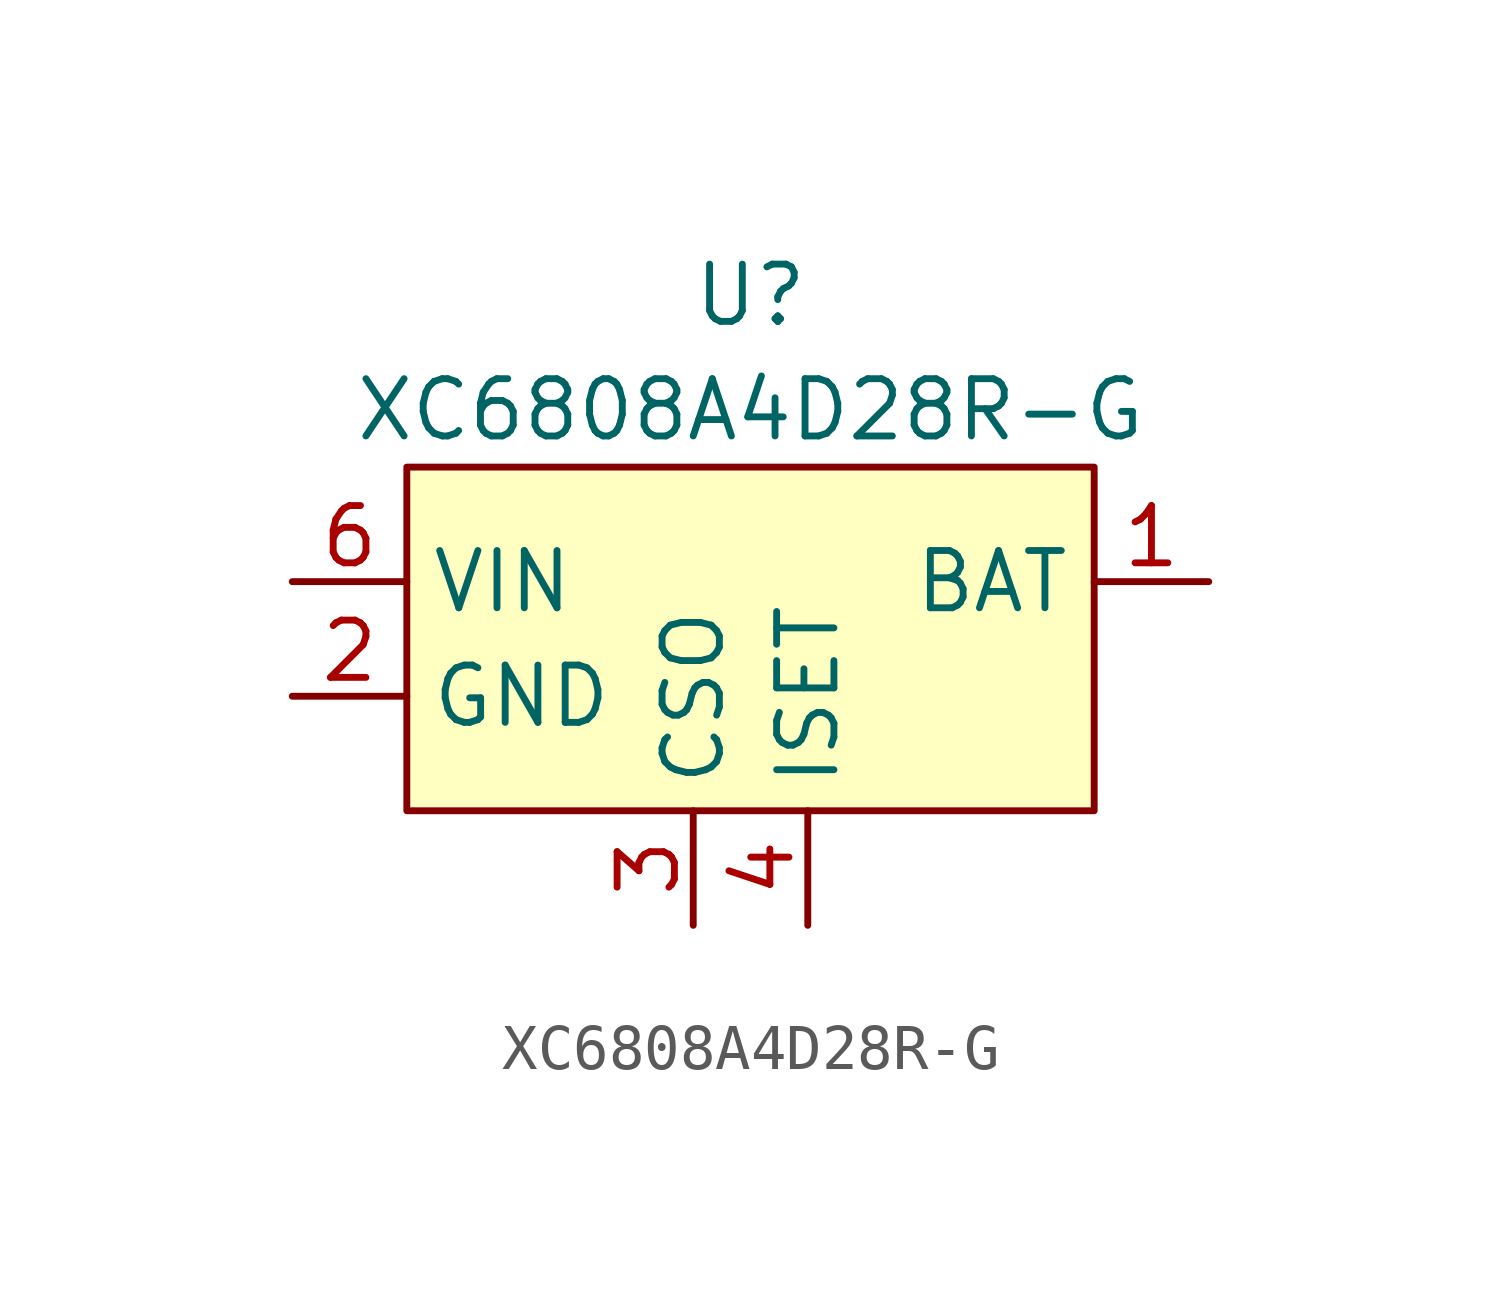
<source format=kicad_sym>
(kicad_symbol_lib
  (version 20211014)
  (generator kicad_symbol_editor)
  (symbol "XC6808A4D28R-G"
    (property "Reference" "U"
      (at 0 7.62 0)
      (effects (font (size 1.27 1.27))))
    (property "Value" "XC6808A4D28R-G"
      (at 0 5.08 0)
      (effects (font (size 1.27 1.27))))
    (symbol "XC6808A4D28R-G_0_1"
      (rectangle (start -7.62 3.81) (end 7.62 -3.81) (stroke (width 0) (type default) (color 0 0 0 0)) (fill (type background))))
    (symbol "XC6808A4D28R-G_1_1"
      (pin power_in line (at 10.16 1.27 180) (length 2.54) (name "BAT" (effects (font (size 1.27 1.27)))) (number "1" (effects (font (size 1.27 1.27)))))
      (pin power_in line (at -10.16 -1.27 0) (length 2.54) (name "GND" (effects (font (size 1.27 1.27)))) (number "2" (effects (font (size 1.27 1.27)))))
      (pin output line (at -1.27 -6.35 90) (length 2.54) (name "CSO" (effects (font (size 1.27 1.27)))) (number "3" (effects (font (size 1.27 1.27)))))
      (pin input line (at 1.27 -6.35 90) (length 2.54) (name "ISET" (effects (font (size 1.27 1.27)))) (number "4" (effects (font (size 1.27 1.27)))))
      (pin no_connect line (at 10.16 -1.27 180) (length 2.54) hide (name "THIN" (effects (font (size 1.27 1.27)))) (number "5" (effects (font (size 1.27 1.27)))))
      (pin power_in line (at -10.16 1.27 0) (length 2.54) (name "VIN" (effects (font (size 1.27 1.27)))) (number "6" (effects (font (size 1.27 1.27))))))))
</source>
